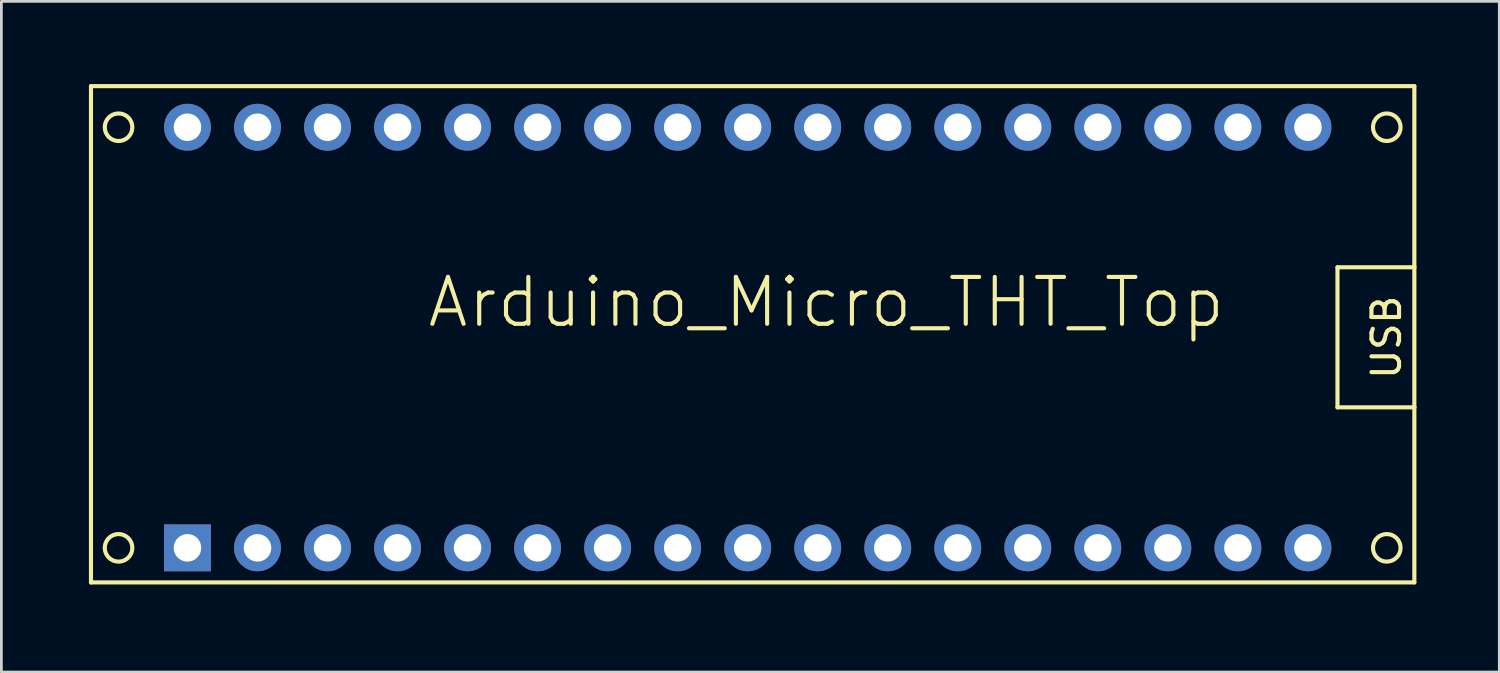
<source format=kicad_pcb>
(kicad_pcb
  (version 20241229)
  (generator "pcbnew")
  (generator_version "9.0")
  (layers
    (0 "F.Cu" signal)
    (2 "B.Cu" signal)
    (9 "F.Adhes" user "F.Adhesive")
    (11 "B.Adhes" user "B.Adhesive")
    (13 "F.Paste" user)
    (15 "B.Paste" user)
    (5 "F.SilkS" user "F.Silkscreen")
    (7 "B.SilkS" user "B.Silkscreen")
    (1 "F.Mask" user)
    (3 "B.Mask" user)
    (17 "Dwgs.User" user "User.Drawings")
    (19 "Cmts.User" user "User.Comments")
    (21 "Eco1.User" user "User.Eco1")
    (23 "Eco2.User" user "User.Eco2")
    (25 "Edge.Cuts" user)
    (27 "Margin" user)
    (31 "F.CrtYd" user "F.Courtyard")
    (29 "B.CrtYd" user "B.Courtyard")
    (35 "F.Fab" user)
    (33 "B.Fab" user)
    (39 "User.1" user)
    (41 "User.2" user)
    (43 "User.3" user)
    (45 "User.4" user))
  (footprint "Arduino_Micro_THT_Top"
    (layer "F.Cu")
    (at 0.25 18.075)
    (property "Reference" "Arduino_Micro_THT_Top" (at 26.67 -10.16 0) (layer "F.SilkS") (effects (font (size 1.7 1.7) (thickness 0.15))))
    (attr through_hole)
    (fp_line (start 0 -18) (end 48 -18) (stroke (width 0.15) (type solid)) (layer "F.SilkS"))
    (fp_line (start 0 0) (end 0 -18) (stroke (width 0.15) (type solid)) (layer "F.SilkS"))
    (fp_line (start 45.212 -11.43) (end 48.006 -11.43) (stroke (width 0.15) (type solid)) (layer "F.SilkS"))
    (fp_line (start 45.212 -6.35) (end 45.212 -11.43) (stroke (width 0.15) (type solid)) (layer "F.SilkS"))
    (fp_line (start 48 -18) (end 48 0) (stroke (width 0.15) (type solid)) (layer "F.SilkS"))
    (fp_line (start 48 0) (end 0 0) (stroke (width 0.15) (type solid)) (layer "F.SilkS"))
    (fp_line (start 48.006 -6.35) (end 45.212 -6.35) (stroke (width 0.15) (type solid)) (layer "F.SilkS"))
    (fp_circle (center 1 -16.51) (end 1.5 -16.51) (stroke (width 0.15) (type solid)) (fill no) (layer "F.SilkS"))
    (fp_circle (center 1 -1.254) (end 1.5 -1.254) (stroke (width 0.15) (type solid)) (fill no) (layer "F.SilkS"))
    (fp_circle (center 47 -16.51) (end 47.5 -16.51) (stroke (width 0.15) (type solid)) (fill no) (layer "F.SilkS"))
    (fp_circle (center 47 -1.254) (end 47.5 -1.254) (stroke (width 0.15) (type solid)) (fill no) (layer "F.SilkS"))
    (fp_text user "USB" (at 46.99 -8.89 90) (layer "F.SilkS") (effects (font (size 1 1) (thickness 0.15))))
    (pad "2" thru_hole circle (at 18.74 -1.254) (size 1.7 1.7) (drill 1) (layers "*.Cu" "*.Mask"))
    (pad "3" thru_hole circle (at 21.28 -1.254) (size 1.7 1.7) (drill 1) (layers "*.Cu" "*.Mask"))
    (pad "3.3V" thru_hole circle (at 41.6 -16.51) (size 1.7 1.7) (drill 1) (layers "*.Cu" "*.Mask"))
    (pad "4" thru_hole circle (at 23.82 -1.254) (size 1.7 1.7) (drill 1) (layers "*.Cu" "*.Mask"))
    (pad "5" thru_hole circle (at 26.36 -1.254) (size 1.7 1.7) (drill 1) (layers "*.Cu" "*.Mask"))
    (pad "5V" thru_hole circle (at 16.2 -16.51) (size 1.7 1.7) (drill 1) (layers "*.Cu" "*.Mask"))
    (pad "6" thru_hole circle (at 28.9 -1.254) (size 1.7 1.7) (drill 1) (layers "*.Cu" "*.Mask"))
    (pad "7" thru_hole circle (at 31.44 -1.254) (size 1.7 1.7) (drill 1) (layers "*.Cu" "*.Mask"))
    (pad "8" thru_hole circle (at 33.98 -1.254) (size 1.7 1.7) (drill 1) (layers "*.Cu" "*.Mask"))
    (pad "9" thru_hole circle (at 36.52 -1.254) (size 1.7 1.7) (drill 1) (layers "*.Cu" "*.Mask"))
    (pad "10" thru_hole circle (at 39.06 -1.254) (size 1.7 1.7) (drill 1) (layers "*.Cu" "*.Mask"))
    (pad "11" thru_hole circle (at 41.6 -1.254) (size 1.7 1.7) (drill 1) (layers "*.Cu" "*.Mask"))
    (pad "12" thru_hole circle (at 44.14 -1.254) (size 1.7 1.7) (drill 1) (layers "*.Cu" "*.Mask"))
    (pad "13" thru_hole circle (at 44.14 -16.51) (size 1.7 1.7) (drill 1) (layers "*.Cu" "*.Mask"))
    (pad "A0" thru_hole circle (at 36.52 -16.51) (size 1.7 1.7) (drill 1) (layers "*.Cu" "*.Mask"))
    (pad "A1" thru_hole circle (at 33.98 -16.51) (size 1.7 1.7) (drill 1) (layers "*.Cu" "*.Mask"))
    (pad "A2" thru_hole circle (at 31.44 -16.51) (size 1.7 1.7) (drill 1) (layers "*.Cu" "*.Mask"))
    (pad "A3" thru_hole circle (at 28.9 -16.51) (size 1.7 1.7) (drill 1) (layers "*.Cu" "*.Mask"))
    (pad "A4" thru_hole circle (at 26.36 -16.51) (size 1.7 1.7) (drill 1) (layers "*.Cu" "*.Mask"))
    (pad "A5" thru_hole circle (at 23.82 -16.51) (size 1.7 1.7) (drill 1) (layers "*.Cu" "*.Mask"))
    (pad "AREF" thru_hole circle (at 39.06 -16.51) (size 1.7 1.7) (drill 1) (layers "*.Cu" "*.Mask"))
    (pad "GND" thru_hole circle (at 11.12 -16.51) (size 1.7 1.7) (drill 1) (layers "*.Cu" "*.Mask"))
    (pad "GND" thru_hole circle (at 16.2 -1.254) (size 1.7 1.7) (drill 1) (layers "*.Cu" "*.Mask"))
    (pad "MI" thru_hole circle (at 6.04 -16.51) (size 1.7 1.7) (drill 1) (layers "*.Cu" "*.Mask"))
    (pad "MO" thru_hole rect (at 3.5 -1.254) (size 1.7 1.7) (drill 1) (layers "*.Cu" "*.Mask"))
    (pad "NC" thru_hole circle (at 18.74 -16.51) (size 1.7 1.7) (drill 1) (layers "*.Cu" "*.Mask"))
    (pad "NC" thru_hole circle (at 21.28 -16.51) (size 1.7 1.7) (drill 1) (layers "*.Cu" "*.Mask"))
    (pad "RST" thru_hole circle (at 13.66 -16.51) (size 1.7 1.7) (drill 1) (layers "*.Cu" "*.Mask"))
    (pad "RST" thru_hole circle (at 13.66 -1.254) (size 1.7 1.7) (drill 1) (layers "*.Cu" "*.Mask"))
    (pad "RX" thru_hole circle (at 11.12 -1.254) (size 1.7 1.7) (drill 1) (layers "*.Cu" "*.Mask"))
    (pad "SCK" thru_hole circle (at 3.5 -16.51) (size 1.7 1.7) (drill 1) (layers "*.Cu" "*.Mask"))
    (pad "SS" thru_hole circle (at 6.04 -1.254) (size 1.7 1.7) (drill 1) (layers "*.Cu" "*.Mask"))
    (pad "TX" thru_hole circle (at 8.58 -1.254) (size 1.7 1.7) (drill 1) (layers "*.Cu" "*.Mask"))
    (pad "VI" thru_hole circle (at 8.58 -16.51) (size 1.7 1.7) (drill 1) (layers "*.Cu" "*.Mask")))
  (gr_rect
    (start -3 -3)
    (end 51.331 21.325)
    (stroke (width 0.1) (type default))
    (fill no)
    (layer "Edge.Cuts")))
</source>
